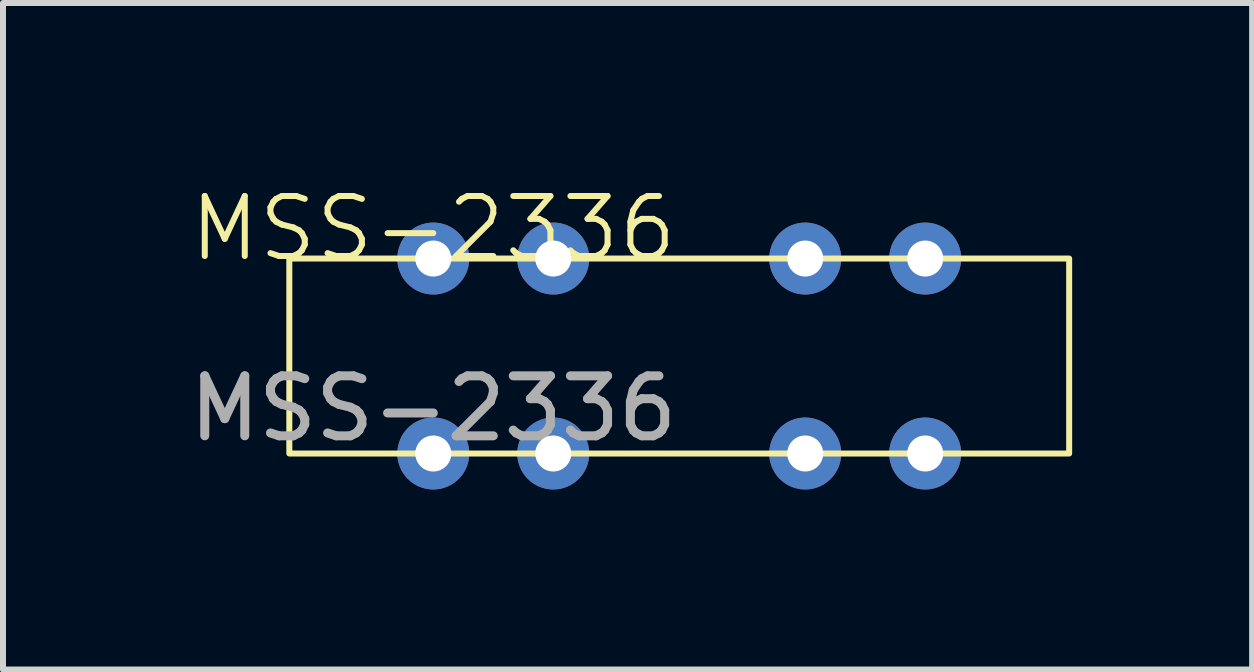
<source format=kicad_pcb>
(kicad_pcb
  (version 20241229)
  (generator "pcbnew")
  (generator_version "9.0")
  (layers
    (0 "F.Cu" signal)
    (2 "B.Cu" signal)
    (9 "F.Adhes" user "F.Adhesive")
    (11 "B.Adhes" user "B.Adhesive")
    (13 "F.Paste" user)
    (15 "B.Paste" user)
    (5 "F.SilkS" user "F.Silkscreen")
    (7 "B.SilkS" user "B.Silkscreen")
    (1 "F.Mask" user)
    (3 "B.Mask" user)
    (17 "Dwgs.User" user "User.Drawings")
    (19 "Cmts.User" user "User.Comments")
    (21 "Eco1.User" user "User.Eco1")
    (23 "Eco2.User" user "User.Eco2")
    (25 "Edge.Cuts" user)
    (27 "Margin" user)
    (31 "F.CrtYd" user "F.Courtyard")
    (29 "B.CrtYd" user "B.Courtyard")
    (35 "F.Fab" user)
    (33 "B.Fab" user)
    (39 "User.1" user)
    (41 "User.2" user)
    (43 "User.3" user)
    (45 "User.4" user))
  (footprint "MSS-2336"
    (layer "F.Cu")
    (at 4.173 1.26)
    (property "Reference" "MSS-2336" (at 0 -0.5 0) (unlocked yes) (layer "F.SilkS") (effects (font (size 1 1) (thickness 0.1))))
    (attr through_hole)
    (fp_rect (start -2.4 0) (end 10.6 3.25) (stroke (width 0.1) (type default)) (fill no) (layer "F.SilkS"))
    (fp_text user "${REFERENCE}" (at 0 2.5 0) (unlocked yes) (layer "F.Fab") (effects (font (size 1 1) (thickness 0.15))))
    (pad "1" thru_hole circle (at 0 3.25) (size 1.2 1.2) (drill 0.6) (layers "*.Cu" "*.Mask"))
    (pad "2" thru_hole circle (at 2 3.25) (size 1.2 1.2) (drill 0.6) (layers "*.Cu" "*.Mask"))
    (pad "3" thru_hole circle (at 6.2 3.25) (size 1.2 1.2) (drill 0.6) (layers "*.Cu" "*.Mask"))
    (pad "4" thru_hole circle (at 8.2 3.25) (size 1.2 1.2) (drill 0.6) (layers "*.Cu" "*.Mask"))
    (pad "5" thru_hole circle (at 0 0) (size 1.2 1.2) (drill 0.6) (layers "*.Cu" "*.Mask"))
    (pad "6" thru_hole circle (at 2 0) (size 1.2 1.2) (drill 0.6) (layers "*.Cu" "*.Mask"))
    (pad "7" thru_hole circle (at 6.2 0) (size 1.2 1.2) (drill 0.6) (layers "*.Cu" "*.Mask"))
    (pad "8" thru_hole circle (at 8.2 0) (size 1.2 1.2) (drill 0.6) (layers "*.Cu" "*.Mask")))
  (gr_rect
    (start -3 -3)
    (end 17.823 8.111)
    (stroke (width 0.1) (type default))
    (fill no)
    (layer "Edge.Cuts")))
</source>
